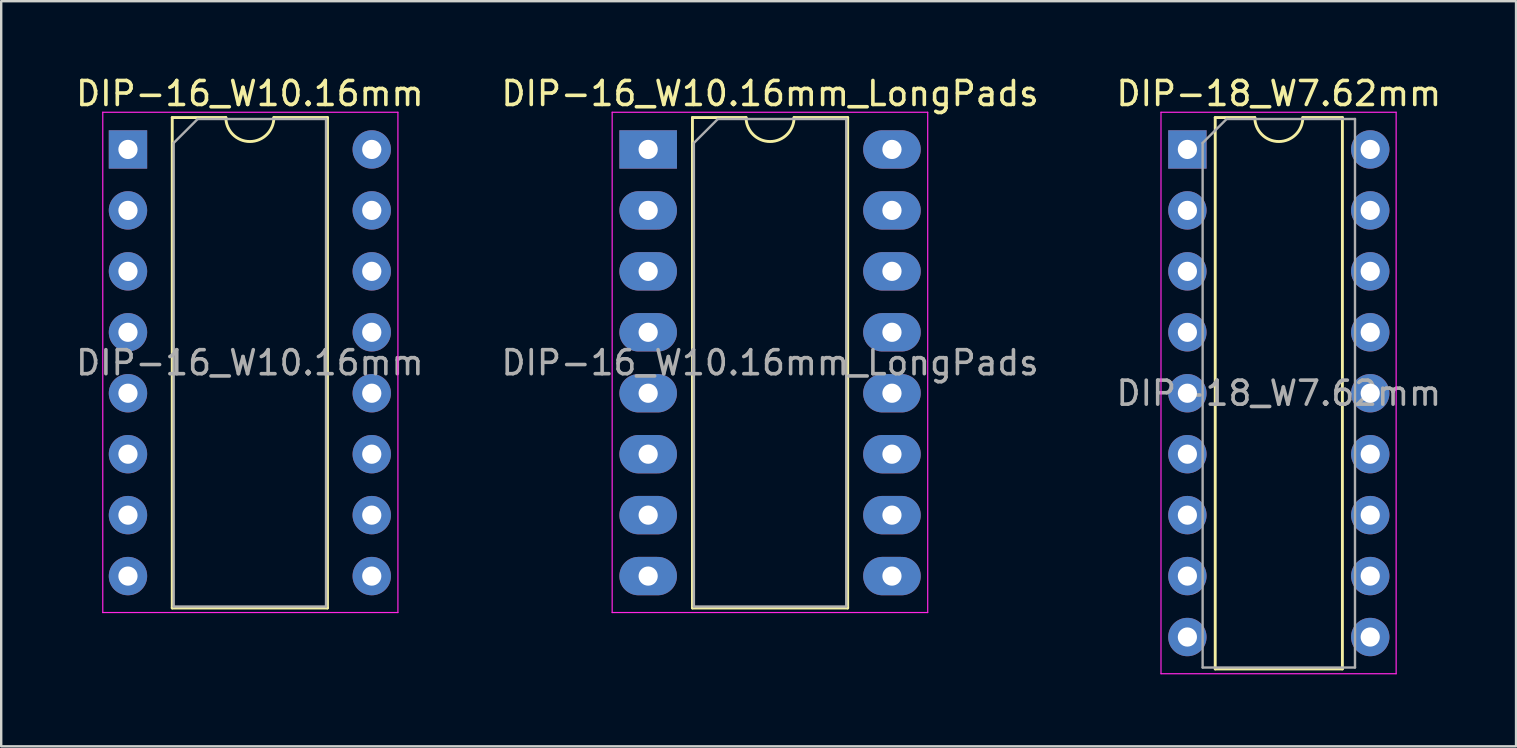
<source format=kicad_pcb>
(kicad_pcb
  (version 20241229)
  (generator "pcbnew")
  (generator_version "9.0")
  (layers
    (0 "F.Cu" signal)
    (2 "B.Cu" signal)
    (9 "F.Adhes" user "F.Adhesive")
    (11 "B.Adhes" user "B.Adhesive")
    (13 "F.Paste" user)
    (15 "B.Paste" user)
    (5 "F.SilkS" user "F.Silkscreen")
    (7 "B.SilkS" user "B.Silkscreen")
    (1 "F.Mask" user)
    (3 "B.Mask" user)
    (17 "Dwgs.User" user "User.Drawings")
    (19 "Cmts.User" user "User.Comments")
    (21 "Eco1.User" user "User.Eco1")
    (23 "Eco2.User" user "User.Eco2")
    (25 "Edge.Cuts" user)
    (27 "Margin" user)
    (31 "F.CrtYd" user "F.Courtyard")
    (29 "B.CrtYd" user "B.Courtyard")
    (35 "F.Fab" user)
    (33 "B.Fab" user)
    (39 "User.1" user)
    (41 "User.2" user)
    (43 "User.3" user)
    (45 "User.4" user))
  (footprint "DIP-18_W7.62mm"
    (layer "F.Cu")
    (at 46.434 3.178)
    (property "Reference" "DIP-18_W7.62mm" (at 3.81 -2.33 0) (layer "F.SilkS") (effects (font (size 1 1) (thickness 0.15))))
    (attr through_hole)
    (fp_line (start 1.16 -1.33) (end 1.16 21.65) (stroke (width 0.12) (type solid)) (layer "F.SilkS"))
    (fp_line (start 1.16 21.65) (end 6.46 21.65) (stroke (width 0.12) (type solid)) (layer "F.SilkS"))
    (fp_line (start 2.81 -1.33) (end 1.16 -1.33) (stroke (width 0.12) (type solid)) (layer "F.SilkS"))
    (fp_line (start 6.46 -1.33) (end 4.81 -1.33) (stroke (width 0.12) (type solid)) (layer "F.SilkS"))
    (fp_line (start 6.46 21.65) (end 6.46 -1.33) (stroke (width 0.12) (type solid)) (layer "F.SilkS"))
    (fp_arc (start 4.81 -1.33) (mid 3.81 -0.33) (end 2.81 -1.33) (stroke (width 0.12) (type solid)) (layer "F.SilkS"))
    (fp_line (start -1.1 -1.55) (end -1.1 21.85) (stroke (width 0.05) (type solid)) (layer "F.CrtYd"))
    (fp_line (start -1.1 21.85) (end 8.7 21.85) (stroke (width 0.05) (type solid)) (layer "F.CrtYd"))
    (fp_line (start 8.7 -1.55) (end -1.1 -1.55) (stroke (width 0.05) (type solid)) (layer "F.CrtYd"))
    (fp_line (start 8.7 21.85) (end 8.7 -1.55) (stroke (width 0.05) (type solid)) (layer "F.CrtYd"))
    (fp_line (start 0.635 -0.27) (end 1.635 -1.27) (stroke (width 0.1) (type solid)) (layer "F.Fab"))
    (fp_line (start 0.635 21.59) (end 0.635 -0.27) (stroke (width 0.1) (type solid)) (layer "F.Fab"))
    (fp_line (start 1.635 -1.27) (end 6.985 -1.27) (stroke (width 0.1) (type solid)) (layer "F.Fab"))
    (fp_line (start 6.985 -1.27) (end 6.985 21.59) (stroke (width 0.1) (type solid)) (layer "F.Fab"))
    (fp_line (start 6.985 21.59) (end 0.635 21.59) (stroke (width 0.1) (type solid)) (layer "F.Fab"))
    (fp_text user "${REFERENCE}" (at 3.81 10.16 0) (layer "F.Fab") (effects (font (size 1 1) (thickness 0.15))))
    (pad "1" thru_hole rect (at 0 0) (size 1.6 1.6) (drill 0.8) (layers "*.Cu" "*.Mask"))
    (pad "2" thru_hole oval (at 0 2.54) (size 1.6 1.6) (drill 0.8) (layers "*.Cu" "*.Mask"))
    (pad "3" thru_hole oval (at 0 5.08) (size 1.6 1.6) (drill 0.8) (layers "*.Cu" "*.Mask"))
    (pad "4" thru_hole oval (at 0 7.62) (size 1.6 1.6) (drill 0.8) (layers "*.Cu" "*.Mask"))
    (pad "5" thru_hole oval (at 0 10.16) (size 1.6 1.6) (drill 0.8) (layers "*.Cu" "*.Mask"))
    (pad "6" thru_hole oval (at 0 12.7) (size 1.6 1.6) (drill 0.8) (layers "*.Cu" "*.Mask"))
    (pad "7" thru_hole oval (at 0 15.24) (size 1.6 1.6) (drill 0.8) (layers "*.Cu" "*.Mask"))
    (pad "8" thru_hole oval (at 0 17.78) (size 1.6 1.6) (drill 0.8) (layers "*.Cu" "*.Mask"))
    (pad "9" thru_hole oval (at 0 20.32) (size 1.6 1.6) (drill 0.8) (layers "*.Cu" "*.Mask"))
    (pad "10" thru_hole oval (at 7.62 20.32) (size 1.6 1.6) (drill 0.8) (layers "*.Cu" "*.Mask"))
    (pad "11" thru_hole oval (at 7.62 17.78) (size 1.6 1.6) (drill 0.8) (layers "*.Cu" "*.Mask"))
    (pad "12" thru_hole oval (at 7.62 15.24) (size 1.6 1.6) (drill 0.8) (layers "*.Cu" "*.Mask"))
    (pad "13" thru_hole oval (at 7.62 12.7) (size 1.6 1.6) (drill 0.8) (layers "*.Cu" "*.Mask"))
    (pad "14" thru_hole oval (at 7.62 10.16) (size 1.6 1.6) (drill 0.8) (layers "*.Cu" "*.Mask"))
    (pad "15" thru_hole oval (at 7.62 7.62) (size 1.6 1.6) (drill 0.8) (layers "*.Cu" "*.Mask"))
    (pad "16" thru_hole oval (at 7.62 5.08) (size 1.6 1.6) (drill 0.8) (layers "*.Cu" "*.Mask"))
    (pad "17" thru_hole oval (at 7.62 2.54) (size 1.6 1.6) (drill 0.8) (layers "*.Cu" "*.Mask"))
    (pad "18" thru_hole oval (at 7.62 0) (size 1.6 1.6) (drill 0.8) (layers "*.Cu" "*.Mask")))
  (footprint "DIP-16_W10.16mm"
    (layer "F.Cu")
    (at 2.283 3.178)
    (property "Reference" "DIP-16_W10.16mm" (at 5.08 -2.33 0) (layer "F.SilkS") (effects (font (size 1 1) (thickness 0.15))))
    (attr through_hole)
    (fp_line (start 1.845 -1.33) (end 1.845 19.11) (stroke (width 0.12) (type solid)) (layer "F.SilkS"))
    (fp_line (start 1.845 19.11) (end 8.315 19.11) (stroke (width 0.12) (type solid)) (layer "F.SilkS"))
    (fp_line (start 4.08 -1.33) (end 1.845 -1.33) (stroke (width 0.12) (type solid)) (layer "F.SilkS"))
    (fp_line (start 8.315 -1.33) (end 6.08 -1.33) (stroke (width 0.12) (type solid)) (layer "F.SilkS"))
    (fp_line (start 8.315 19.11) (end 8.315 -1.33) (stroke (width 0.12) (type solid)) (layer "F.SilkS"))
    (fp_arc (start 6.08 -1.33) (mid 5.08 -0.33) (end 4.08 -1.33) (stroke (width 0.12) (type solid)) (layer "F.SilkS"))
    (fp_line (start -1.05 -1.55) (end -1.05 19.3) (stroke (width 0.05) (type solid)) (layer "F.CrtYd"))
    (fp_line (start -1.05 19.3) (end 11.25 19.3) (stroke (width 0.05) (type solid)) (layer "F.CrtYd"))
    (fp_line (start 11.25 -1.55) (end -1.05 -1.55) (stroke (width 0.05) (type solid)) (layer "F.CrtYd"))
    (fp_line (start 11.25 19.3) (end 11.25 -1.55) (stroke (width 0.05) (type solid)) (layer "F.CrtYd"))
    (fp_line (start 1.905 -0.27) (end 2.905 -1.27) (stroke (width 0.1) (type solid)) (layer "F.Fab"))
    (fp_line (start 1.905 19.05) (end 1.905 -0.27) (stroke (width 0.1) (type solid)) (layer "F.Fab"))
    (fp_line (start 2.905 -1.27) (end 8.255 -1.27) (stroke (width 0.1) (type solid)) (layer "F.Fab"))
    (fp_line (start 8.255 -1.27) (end 8.255 19.05) (stroke (width 0.1) (type solid)) (layer "F.Fab"))
    (fp_line (start 8.255 19.05) (end 1.905 19.05) (stroke (width 0.1) (type solid)) (layer "F.Fab"))
    (fp_text user "${REFERENCE}" (at 5.08 8.89 0) (layer "F.Fab") (effects (font (size 1 1) (thickness 0.15))))
    (pad "1" thru_hole rect (at 0 0) (size 1.6 1.6) (drill 0.8) (layers "*.Cu" "*.Mask"))
    (pad "2" thru_hole oval (at 0 2.54) (size 1.6 1.6) (drill 0.8) (layers "*.Cu" "*.Mask"))
    (pad "3" thru_hole oval (at 0 5.08) (size 1.6 1.6) (drill 0.8) (layers "*.Cu" "*.Mask"))
    (pad "4" thru_hole oval (at 0 7.62) (size 1.6 1.6) (drill 0.8) (layers "*.Cu" "*.Mask"))
    (pad "5" thru_hole oval (at 0 10.16) (size 1.6 1.6) (drill 0.8) (layers "*.Cu" "*.Mask"))
    (pad "6" thru_hole oval (at 0 12.7) (size 1.6 1.6) (drill 0.8) (layers "*.Cu" "*.Mask"))
    (pad "7" thru_hole oval (at 0 15.24) (size 1.6 1.6) (drill 0.8) (layers "*.Cu" "*.Mask"))
    (pad "8" thru_hole oval (at 0 17.78) (size 1.6 1.6) (drill 0.8) (layers "*.Cu" "*.Mask"))
    (pad "9" thru_hole oval (at 10.16 17.78) (size 1.6 1.6) (drill 0.8) (layers "*.Cu" "*.Mask"))
    (pad "10" thru_hole oval (at 10.16 15.24) (size 1.6 1.6) (drill 0.8) (layers "*.Cu" "*.Mask"))
    (pad "11" thru_hole oval (at 10.16 12.7) (size 1.6 1.6) (drill 0.8) (layers "*.Cu" "*.Mask"))
    (pad "12" thru_hole oval (at 10.16 10.16) (size 1.6 1.6) (drill 0.8) (layers "*.Cu" "*.Mask"))
    (pad "13" thru_hole oval (at 10.16 7.62) (size 1.6 1.6) (drill 0.8) (layers "*.Cu" "*.Mask"))
    (pad "14" thru_hole oval (at 10.16 5.08) (size 1.6 1.6) (drill 0.8) (layers "*.Cu" "*.Mask"))
    (pad "15" thru_hole oval (at 10.16 2.54) (size 1.6 1.6) (drill 0.8) (layers "*.Cu" "*.Mask"))
    (pad "16" thru_hole oval (at 10.16 0) (size 1.6 1.6) (drill 0.8) (layers "*.Cu" "*.Mask")))
  (footprint "DIP-16_W10.16mm_LongPads"
    (layer "F.Cu")
    (at 23.962 3.178)
    (property "Reference" "DIP-16_W10.16mm_LongPads" (at 5.08 -2.33 0) (layer "F.SilkS") (effects (font (size 1 1) (thickness 0.15))))
    (attr through_hole)
    (fp_line (start 1.845 -1.33) (end 1.845 19.11) (stroke (width 0.12) (type solid)) (layer "F.SilkS"))
    (fp_line (start 1.845 19.11) (end 8.315 19.11) (stroke (width 0.12) (type solid)) (layer "F.SilkS"))
    (fp_line (start 4.08 -1.33) (end 1.845 -1.33) (stroke (width 0.12) (type solid)) (layer "F.SilkS"))
    (fp_line (start 8.315 -1.33) (end 6.08 -1.33) (stroke (width 0.12) (type solid)) (layer "F.SilkS"))
    (fp_line (start 8.315 19.11) (end 8.315 -1.33) (stroke (width 0.12) (type solid)) (layer "F.SilkS"))
    (fp_arc (start 6.08 -1.33) (mid 5.08 -0.33) (end 4.08 -1.33) (stroke (width 0.12) (type solid)) (layer "F.SilkS"))
    (fp_line (start -1.5 -1.55) (end -1.5 19.3) (stroke (width 0.05) (type solid)) (layer "F.CrtYd"))
    (fp_line (start -1.5 19.3) (end 11.65 19.3) (stroke (width 0.05) (type solid)) (layer "F.CrtYd"))
    (fp_line (start 11.65 -1.55) (end -1.5 -1.55) (stroke (width 0.05) (type solid)) (layer "F.CrtYd"))
    (fp_line (start 11.65 19.3) (end 11.65 -1.55) (stroke (width 0.05) (type solid)) (layer "F.CrtYd"))
    (fp_line (start 1.905 -0.27) (end 2.905 -1.27) (stroke (width 0.1) (type solid)) (layer "F.Fab"))
    (fp_line (start 1.905 19.05) (end 1.905 -0.27) (stroke (width 0.1) (type solid)) (layer "F.Fab"))
    (fp_line (start 2.905 -1.27) (end 8.255 -1.27) (stroke (width 0.1) (type solid)) (layer "F.Fab"))
    (fp_line (start 8.255 -1.27) (end 8.255 19.05) (stroke (width 0.1) (type solid)) (layer "F.Fab"))
    (fp_line (start 8.255 19.05) (end 1.905 19.05) (stroke (width 0.1) (type solid)) (layer "F.Fab"))
    (fp_text user "${REFERENCE}" (at 5.08 8.89 0) (layer "F.Fab") (effects (font (size 1 1) (thickness 0.15))))
    (pad "1" thru_hole rect (at 0 0) (size 2.4 1.6) (drill 0.8) (layers "*.Cu" "*.Mask"))
    (pad "2" thru_hole oval (at 0 2.54) (size 2.4 1.6) (drill 0.8) (layers "*.Cu" "*.Mask"))
    (pad "3" thru_hole oval (at 0 5.08) (size 2.4 1.6) (drill 0.8) (layers "*.Cu" "*.Mask"))
    (pad "4" thru_hole oval (at 0 7.62) (size 2.4 1.6) (drill 0.8) (layers "*.Cu" "*.Mask"))
    (pad "5" thru_hole oval (at 0 10.16) (size 2.4 1.6) (drill 0.8) (layers "*.Cu" "*.Mask"))
    (pad "6" thru_hole oval (at 0 12.7) (size 2.4 1.6) (drill 0.8) (layers "*.Cu" "*.Mask"))
    (pad "7" thru_hole oval (at 0 15.24) (size 2.4 1.6) (drill 0.8) (layers "*.Cu" "*.Mask"))
    (pad "8" thru_hole oval (at 0 17.78) (size 2.4 1.6) (drill 0.8) (layers "*.Cu" "*.Mask"))
    (pad "9" thru_hole oval (at 10.16 17.78) (size 2.4 1.6) (drill 0.8) (layers "*.Cu" "*.Mask"))
    (pad "10" thru_hole oval (at 10.16 15.24) (size 2.4 1.6) (drill 0.8) (layers "*.Cu" "*.Mask"))
    (pad "11" thru_hole oval (at 10.16 12.7) (size 2.4 1.6) (drill 0.8) (layers "*.Cu" "*.Mask"))
    (pad "12" thru_hole oval (at 10.16 10.16) (size 2.4 1.6) (drill 0.8) (layers "*.Cu" "*.Mask"))
    (pad "13" thru_hole oval (at 10.16 7.62) (size 2.4 1.6) (drill 0.8) (layers "*.Cu" "*.Mask"))
    (pad "14" thru_hole oval (at 10.16 5.08) (size 2.4 1.6) (drill 0.8) (layers "*.Cu" "*.Mask"))
    (pad "15" thru_hole oval (at 10.16 2.54) (size 2.4 1.6) (drill 0.8) (layers "*.Cu" "*.Mask"))
    (pad "16" thru_hole oval (at 10.16 0) (size 2.4 1.6) (drill 0.8) (layers "*.Cu" "*.Mask")))
  (gr_rect
    (start -3 -3)
    (end 60.131 28.053)
    (stroke (width 0.1) (type default))
    (fill no)
    (layer "Edge.Cuts")))
</source>
